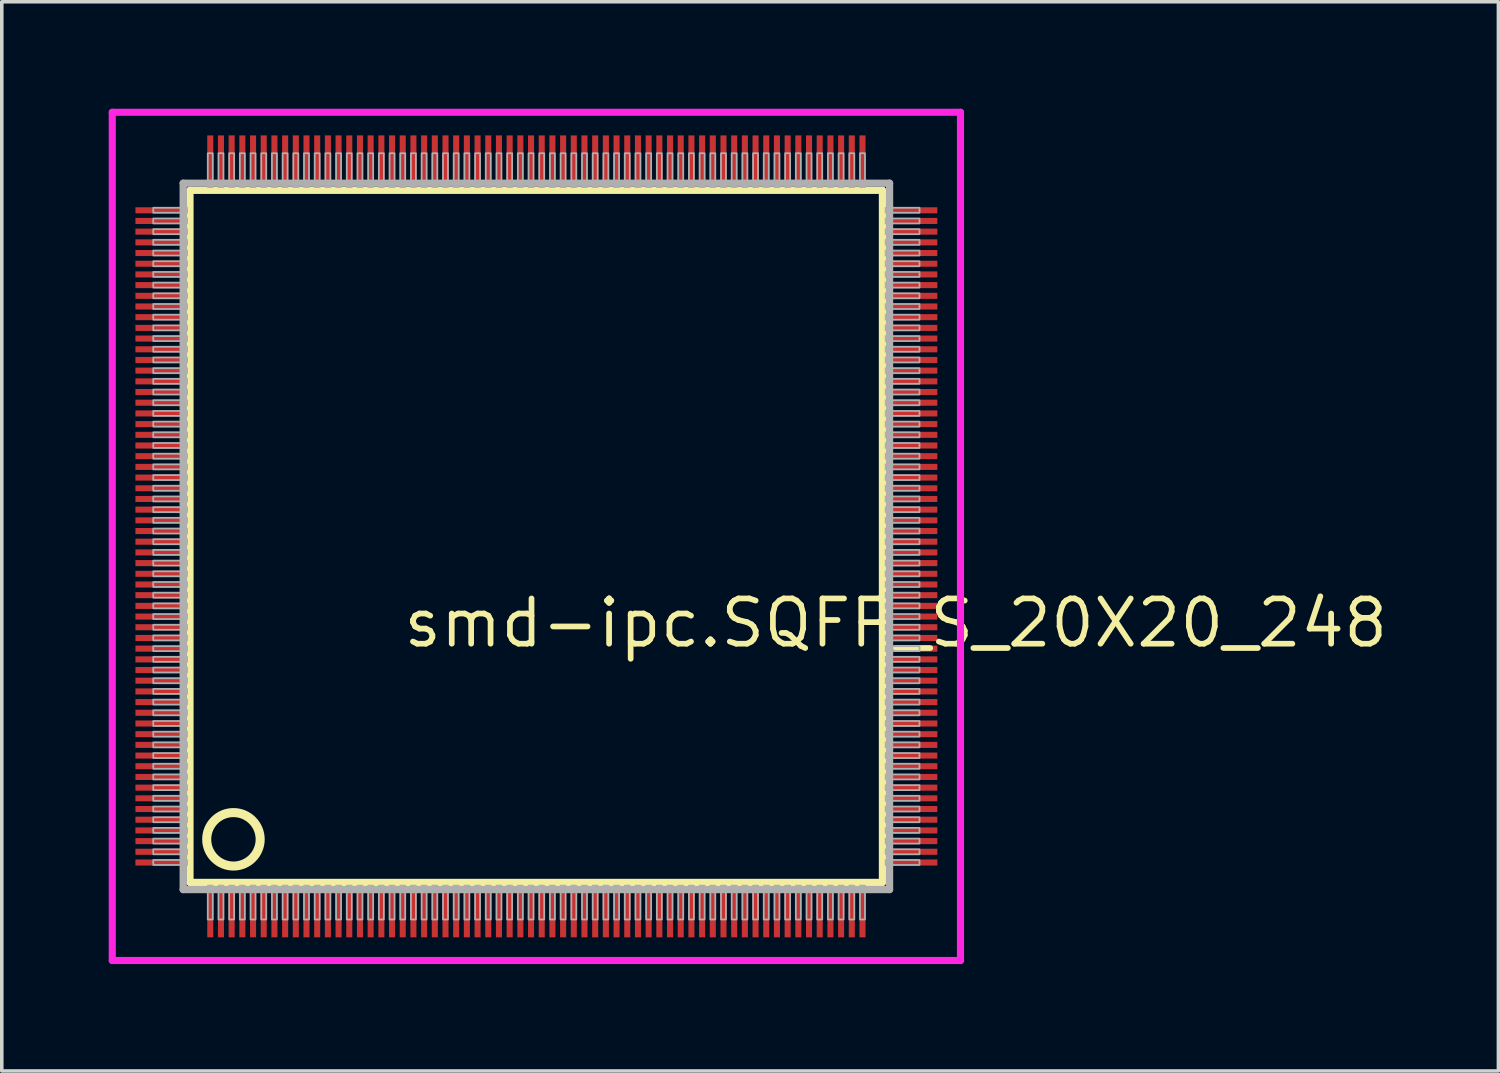
<source format=kicad_pcb>
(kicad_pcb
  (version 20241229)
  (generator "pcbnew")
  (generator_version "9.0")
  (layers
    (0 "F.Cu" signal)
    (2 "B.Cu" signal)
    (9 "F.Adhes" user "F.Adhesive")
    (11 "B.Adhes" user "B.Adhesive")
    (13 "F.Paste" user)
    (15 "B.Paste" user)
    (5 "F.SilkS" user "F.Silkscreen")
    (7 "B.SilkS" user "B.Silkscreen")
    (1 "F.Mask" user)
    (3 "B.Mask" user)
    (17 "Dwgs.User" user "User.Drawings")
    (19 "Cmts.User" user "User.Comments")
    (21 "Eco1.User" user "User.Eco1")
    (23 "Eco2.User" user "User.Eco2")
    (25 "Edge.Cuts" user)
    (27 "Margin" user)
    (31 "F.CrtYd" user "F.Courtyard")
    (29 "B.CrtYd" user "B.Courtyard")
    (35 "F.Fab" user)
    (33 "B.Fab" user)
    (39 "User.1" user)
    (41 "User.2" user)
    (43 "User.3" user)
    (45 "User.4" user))
  (footprint "smd-ipc.SQFP_S_20X20_248"
    (layer "F.Cu")
    (at 12 12)
    (property "Reference" "smd-ipc.SQFP_S_20X20_248" (at -3.81 3.175 0) (layer "F.SilkS") (effects (font (size 1.27 1.27) (thickness 0.16)) (justify left bottom)))
    (attr smd)
    (fp_line (start -9.72 -9.71) (end 9.71 -9.71) (stroke (width 0.203) (type default)) (layer "F.SilkS"))
    (fp_line (start -9.72 9.71) (end -9.72 -9.71) (stroke (width 0.203) (type default)) (layer "F.SilkS"))
    (fp_line (start 9.71 9.71) (end -9.72 9.71) (stroke (width 0.203) (type default)) (layer "F.SilkS"))
    (fp_line (start 9.71 -9.71) (end 9.71 9.71) (stroke (width 0.203) (type default)) (layer "F.SilkS"))
    (fp_circle (center -8.5 8.5) (end -7.75 8.5) (stroke (width 0.254) (type default)) (fill no) (layer "F.SilkS"))
    (fp_line (start -11.9 -11.9) (end 11.9 -11.9) (stroke (width 0.2) (type default)) (layer "F.CrtYd"))
    (fp_line (start -11.9 11.9) (end -11.9 -11.9) (stroke (width 0.2) (type default)) (layer "F.CrtYd"))
    (fp_line (start 11.9 -11.9) (end 11.9 11.9) (stroke (width 0.2) (type default)) (layer "F.CrtYd"))
    (fp_line (start 11.9 11.9) (end -11.9 11.9) (stroke (width 0.2) (type default)) (layer "F.CrtYd"))
    (fp_line (start -9.91 -9.91) (end -9.91 9.91) (stroke (width 0.203) (type default)) (layer "F.Fab"))
    (fp_line (start -9.91 9.91) (end 9.91 9.91) (stroke (width 0.203) (type default)) (layer "F.Fab"))
    (fp_line (start 9.91 -9.91) (end -9.91 -9.91) (stroke (width 0.203) (type default)) (layer "F.Fab"))
    (fp_line (start 9.91 9.91) (end 9.91 -9.91) (stroke (width 0.203) (type default)) (layer "F.Fab"))
    (fp_rect (start -10.75 -9.08) (end -9.8 -9.22) (stroke (width 0.05) (type default)) (fill no) (layer "F.Fab"))
    (fp_rect (start -10.75 -8.78) (end -9.8 -8.92) (stroke (width 0.05) (type default)) (fill no) (layer "F.Fab"))
    (fp_rect (start -10.75 -8.48) (end -9.8 -8.62) (stroke (width 0.05) (type default)) (fill no) (layer "F.Fab"))
    (fp_rect (start -10.75 -8.18) (end -9.8 -8.32) (stroke (width 0.05) (type default)) (fill no) (layer "F.Fab"))
    (fp_rect (start -10.75 -7.88) (end -9.8 -8.02) (stroke (width 0.05) (type default)) (fill no) (layer "F.Fab"))
    (fp_rect (start -10.75 -7.58) (end -9.8 -7.72) (stroke (width 0.05) (type default)) (fill no) (layer "F.Fab"))
    (fp_rect (start -10.75 -7.28) (end -9.8 -7.42) (stroke (width 0.05) (type default)) (fill no) (layer "F.Fab"))
    (fp_rect (start -10.75 -6.98) (end -9.8 -7.12) (stroke (width 0.05) (type default)) (fill no) (layer "F.Fab"))
    (fp_rect (start -10.75 -6.68) (end -9.8 -6.82) (stroke (width 0.05) (type default)) (fill no) (layer "F.Fab"))
    (fp_rect (start -10.75 -6.38) (end -9.8 -6.52) (stroke (width 0.05) (type default)) (fill no) (layer "F.Fab"))
    (fp_rect (start -10.75 -6.08) (end -9.8 -6.22) (stroke (width 0.05) (type default)) (fill no) (layer "F.Fab"))
    (fp_rect (start -10.75 -5.78) (end -9.8 -5.92) (stroke (width 0.05) (type default)) (fill no) (layer "F.Fab"))
    (fp_rect (start -10.75 -5.48) (end -9.8 -5.62) (stroke (width 0.05) (type default)) (fill no) (layer "F.Fab"))
    (fp_rect (start -10.75 -5.18) (end -9.8 -5.32) (stroke (width 0.05) (type default)) (fill no) (layer "F.Fab"))
    (fp_rect (start -10.75 -4.88) (end -9.8 -5.02) (stroke (width 0.05) (type default)) (fill no) (layer "F.Fab"))
    (fp_rect (start -10.75 -4.58) (end -9.8 -4.72) (stroke (width 0.05) (type default)) (fill no) (layer "F.Fab"))
    (fp_rect (start -10.75 -4.28) (end -9.8 -4.42) (stroke (width 0.05) (type default)) (fill no) (layer "F.Fab"))
    (fp_rect (start -10.75 -3.98) (end -9.8 -4.12) (stroke (width 0.05) (type default)) (fill no) (layer "F.Fab"))
    (fp_rect (start -10.75 -3.68) (end -9.8 -3.82) (stroke (width 0.05) (type default)) (fill no) (layer "F.Fab"))
    (fp_rect (start -10.75 -3.38) (end -9.8 -3.52) (stroke (width 0.05) (type default)) (fill no) (layer "F.Fab"))
    (fp_rect (start -10.75 -3.08) (end -9.8 -3.22) (stroke (width 0.05) (type default)) (fill no) (layer "F.Fab"))
    (fp_rect (start -10.75 -2.78) (end -9.8 -2.92) (stroke (width 0.05) (type default)) (fill no) (layer "F.Fab"))
    (fp_rect (start -10.75 -2.48) (end -9.8 -2.62) (stroke (width 0.05) (type default)) (fill no) (layer "F.Fab"))
    (fp_rect (start -10.75 -2.18) (end -9.8 -2.32) (stroke (width 0.05) (type default)) (fill no) (layer "F.Fab"))
    (fp_rect (start -10.75 -1.88) (end -9.8 -2.02) (stroke (width 0.05) (type default)) (fill no) (layer "F.Fab"))
    (fp_rect (start -10.75 -1.58) (end -9.8 -1.72) (stroke (width 0.05) (type default)) (fill no) (layer "F.Fab"))
    (fp_rect (start -10.75 -1.28) (end -9.8 -1.42) (stroke (width 0.05) (type default)) (fill no) (layer "F.Fab"))
    (fp_rect (start -10.75 -0.98) (end -9.8 -1.12) (stroke (width 0.05) (type default)) (fill no) (layer "F.Fab"))
    (fp_rect (start -10.75 -0.68) (end -9.8 -0.82) (stroke (width 0.05) (type default)) (fill no) (layer "F.Fab"))
    (fp_rect (start -10.75 -0.38) (end -9.8 -0.52) (stroke (width 0.05) (type default)) (fill no) (layer "F.Fab"))
    (fp_rect (start -10.75 -0.08) (end -9.8 -0.22) (stroke (width 0.05) (type default)) (fill no) (layer "F.Fab"))
    (fp_rect (start -10.75 0.22) (end -9.8 0.08) (stroke (width 0.05) (type default)) (fill no) (layer "F.Fab"))
    (fp_rect (start -10.75 0.52) (end -9.8 0.38) (stroke (width 0.05) (type default)) (fill no) (layer "F.Fab"))
    (fp_rect (start -10.75 0.82) (end -9.8 0.68) (stroke (width 0.05) (type default)) (fill no) (layer "F.Fab"))
    (fp_rect (start -10.75 1.12) (end -9.8 0.98) (stroke (width 0.05) (type default)) (fill no) (layer "F.Fab"))
    (fp_rect (start -10.75 1.42) (end -9.8 1.28) (stroke (width 0.05) (type default)) (fill no) (layer "F.Fab"))
    (fp_rect (start -10.75 1.72) (end -9.8 1.58) (stroke (width 0.05) (type default)) (fill no) (layer "F.Fab"))
    (fp_rect (start -10.75 2.02) (end -9.8 1.88) (stroke (width 0.05) (type default)) (fill no) (layer "F.Fab"))
    (fp_rect (start -10.75 2.32) (end -9.8 2.18) (stroke (width 0.05) (type default)) (fill no) (layer "F.Fab"))
    (fp_rect (start -10.75 2.62) (end -9.8 2.48) (stroke (width 0.05) (type default)) (fill no) (layer "F.Fab"))
    (fp_rect (start -10.75 2.92) (end -9.8 2.78) (stroke (width 0.05) (type default)) (fill no) (layer "F.Fab"))
    (fp_rect (start -10.75 3.22) (end -9.8 3.08) (stroke (width 0.05) (type default)) (fill no) (layer "F.Fab"))
    (fp_rect (start -10.75 3.52) (end -9.8 3.38) (stroke (width 0.05) (type default)) (fill no) (layer "F.Fab"))
    (fp_rect (start -10.75 3.82) (end -9.8 3.68) (stroke (width 0.05) (type default)) (fill no) (layer "F.Fab"))
    (fp_rect (start -10.75 4.12) (end -9.8 3.98) (stroke (width 0.05) (type default)) (fill no) (layer "F.Fab"))
    (fp_rect (start -10.75 4.42) (end -9.8 4.28) (stroke (width 0.05) (type default)) (fill no) (layer "F.Fab"))
    (fp_rect (start -10.75 4.72) (end -9.8 4.58) (stroke (width 0.05) (type default)) (fill no) (layer "F.Fab"))
    (fp_rect (start -10.75 5.02) (end -9.8 4.88) (stroke (width 0.05) (type default)) (fill no) (layer "F.Fab"))
    (fp_rect (start -10.75 5.32) (end -9.8 5.18) (stroke (width 0.05) (type default)) (fill no) (layer "F.Fab"))
    (fp_rect (start -10.75 5.62) (end -9.8 5.48) (stroke (width 0.05) (type default)) (fill no) (layer "F.Fab"))
    (fp_rect (start -10.75 5.92) (end -9.8 5.78) (stroke (width 0.05) (type default)) (fill no) (layer "F.Fab"))
    (fp_rect (start -10.75 6.22) (end -9.8 6.08) (stroke (width 0.05) (type default)) (fill no) (layer "F.Fab"))
    (fp_rect (start -10.75 6.52) (end -9.8 6.38) (stroke (width 0.05) (type default)) (fill no) (layer "F.Fab"))
    (fp_rect (start -10.75 6.82) (end -9.8 6.68) (stroke (width 0.05) (type default)) (fill no) (layer "F.Fab"))
    (fp_rect (start -10.75 7.12) (end -9.8 6.98) (stroke (width 0.05) (type default)) (fill no) (layer "F.Fab"))
    (fp_rect (start -10.75 7.42) (end -9.8 7.28) (stroke (width 0.05) (type default)) (fill no) (layer "F.Fab"))
    (fp_rect (start -10.75 7.72) (end -9.8 7.58) (stroke (width 0.05) (type default)) (fill no) (layer "F.Fab"))
    (fp_rect (start -10.75 8.02) (end -9.8 7.88) (stroke (width 0.05) (type default)) (fill no) (layer "F.Fab"))
    (fp_rect (start -10.75 8.32) (end -9.8 8.18) (stroke (width 0.05) (type default)) (fill no) (layer "F.Fab"))
    (fp_rect (start -10.75 8.62) (end -9.8 8.48) (stroke (width 0.05) (type default)) (fill no) (layer "F.Fab"))
    (fp_rect (start -10.75 8.92) (end -9.8 8.78) (stroke (width 0.05) (type default)) (fill no) (layer "F.Fab"))
    (fp_rect (start -10.75 9.22) (end -9.8 9.08) (stroke (width 0.05) (type default)) (fill no) (layer "F.Fab"))
    (fp_rect (start -9.22 -9.8) (end -9.08 -10.75) (stroke (width 0.05) (type default)) (fill no) (layer "F.Fab"))
    (fp_rect (start -9.22 10.75) (end -9.08 9.8) (stroke (width 0.05) (type default)) (fill no) (layer "F.Fab"))
    (fp_rect (start -8.92 -9.8) (end -8.78 -10.75) (stroke (width 0.05) (type default)) (fill no) (layer "F.Fab"))
    (fp_rect (start -8.92 10.75) (end -8.78 9.8) (stroke (width 0.05) (type default)) (fill no) (layer "F.Fab"))
    (fp_rect (start -8.62 -9.8) (end -8.48 -10.75) (stroke (width 0.05) (type default)) (fill no) (layer "F.Fab"))
    (fp_rect (start -8.62 10.75) (end -8.48 9.8) (stroke (width 0.05) (type default)) (fill no) (layer "F.Fab"))
    (fp_rect (start -8.32 -9.8) (end -8.18 -10.75) (stroke (width 0.05) (type default)) (fill no) (layer "F.Fab"))
    (fp_rect (start -8.32 10.75) (end -8.18 9.8) (stroke (width 0.05) (type default)) (fill no) (layer "F.Fab"))
    (fp_rect (start -8.02 -9.8) (end -7.88 -10.75) (stroke (width 0.05) (type default)) (fill no) (layer "F.Fab"))
    (fp_rect (start -8.02 10.75) (end -7.88 9.8) (stroke (width 0.05) (type default)) (fill no) (layer "F.Fab"))
    (fp_rect (start -7.72 -9.8) (end -7.58 -10.75) (stroke (width 0.05) (type default)) (fill no) (layer "F.Fab"))
    (fp_rect (start -7.72 10.75) (end -7.58 9.8) (stroke (width 0.05) (type default)) (fill no) (layer "F.Fab"))
    (fp_rect (start -7.42 -9.8) (end -7.28 -10.75) (stroke (width 0.05) (type default)) (fill no) (layer "F.Fab"))
    (fp_rect (start -7.42 10.75) (end -7.28 9.8) (stroke (width 0.05) (type default)) (fill no) (layer "F.Fab"))
    (fp_rect (start -7.12 -9.8) (end -6.98 -10.75) (stroke (width 0.05) (type default)) (fill no) (layer "F.Fab"))
    (fp_rect (start -7.12 10.75) (end -6.98 9.8) (stroke (width 0.05) (type default)) (fill no) (layer "F.Fab"))
    (fp_rect (start -6.82 -9.8) (end -6.68 -10.75) (stroke (width 0.05) (type default)) (fill no) (layer "F.Fab"))
    (fp_rect (start -6.82 10.75) (end -6.68 9.8) (stroke (width 0.05) (type default)) (fill no) (layer "F.Fab"))
    (fp_rect (start -6.52 -9.8) (end -6.38 -10.75) (stroke (width 0.05) (type default)) (fill no) (layer "F.Fab"))
    (fp_rect (start -6.52 10.75) (end -6.38 9.8) (stroke (width 0.05) (type default)) (fill no) (layer "F.Fab"))
    (fp_rect (start -6.22 -9.8) (end -6.08 -10.75) (stroke (width 0.05) (type default)) (fill no) (layer "F.Fab"))
    (fp_rect (start -6.22 10.75) (end -6.08 9.8) (stroke (width 0.05) (type default)) (fill no) (layer "F.Fab"))
    (fp_rect (start -5.92 -9.8) (end -5.78 -10.75) (stroke (width 0.05) (type default)) (fill no) (layer "F.Fab"))
    (fp_rect (start -5.92 10.75) (end -5.78 9.8) (stroke (width 0.05) (type default)) (fill no) (layer "F.Fab"))
    (fp_rect (start -5.62 -9.8) (end -5.48 -10.75) (stroke (width 0.05) (type default)) (fill no) (layer "F.Fab"))
    (fp_rect (start -5.62 10.75) (end -5.48 9.8) (stroke (width 0.05) (type default)) (fill no) (layer "F.Fab"))
    (fp_rect (start -5.32 -9.8) (end -5.18 -10.75) (stroke (width 0.05) (type default)) (fill no) (layer "F.Fab"))
    (fp_rect (start -5.32 10.75) (end -5.18 9.8) (stroke (width 0.05) (type default)) (fill no) (layer "F.Fab"))
    (fp_rect (start -5.02 -9.8) (end -4.88 -10.75) (stroke (width 0.05) (type default)) (fill no) (layer "F.Fab"))
    (fp_rect (start -5.02 10.75) (end -4.88 9.8) (stroke (width 0.05) (type default)) (fill no) (layer "F.Fab"))
    (fp_rect (start -4.72 -9.8) (end -4.58 -10.75) (stroke (width 0.05) (type default)) (fill no) (layer "F.Fab"))
    (fp_rect (start -4.72 10.75) (end -4.58 9.8) (stroke (width 0.05) (type default)) (fill no) (layer "F.Fab"))
    (fp_rect (start -4.42 -9.8) (end -4.28 -10.75) (stroke (width 0.05) (type default)) (fill no) (layer "F.Fab"))
    (fp_rect (start -4.42 10.75) (end -4.28 9.8) (stroke (width 0.05) (type default)) (fill no) (layer "F.Fab"))
    (fp_rect (start -4.12 -9.8) (end -3.98 -10.75) (stroke (width 0.05) (type default)) (fill no) (layer "F.Fab"))
    (fp_rect (start -4.12 10.75) (end -3.98 9.8) (stroke (width 0.05) (type default)) (fill no) (layer "F.Fab"))
    (fp_rect (start -3.82 -9.8) (end -3.68 -10.75) (stroke (width 0.05) (type default)) (fill no) (layer "F.Fab"))
    (fp_rect (start -3.82 10.75) (end -3.68 9.8) (stroke (width 0.05) (type default)) (fill no) (layer "F.Fab"))
    (fp_rect (start -3.52 -9.8) (end -3.38 -10.75) (stroke (width 0.05) (type default)) (fill no) (layer "F.Fab"))
    (fp_rect (start -3.52 10.75) (end -3.38 9.8) (stroke (width 0.05) (type default)) (fill no) (layer "F.Fab"))
    (fp_rect (start -3.22 -9.8) (end -3.08 -10.75) (stroke (width 0.05) (type default)) (fill no) (layer "F.Fab"))
    (fp_rect (start -3.22 10.75) (end -3.08 9.8) (stroke (width 0.05) (type default)) (fill no) (layer "F.Fab"))
    (fp_rect (start -2.92 -9.8) (end -2.78 -10.75) (stroke (width 0.05) (type default)) (fill no) (layer "F.Fab"))
    (fp_rect (start -2.92 10.75) (end -2.78 9.8) (stroke (width 0.05) (type default)) (fill no) (layer "F.Fab"))
    (fp_rect (start -2.62 -9.8) (end -2.48 -10.75) (stroke (width 0.05) (type default)) (fill no) (layer "F.Fab"))
    (fp_rect (start -2.62 10.75) (end -2.48 9.8) (stroke (width 0.05) (type default)) (fill no) (layer "F.Fab"))
    (fp_rect (start -2.32 -9.8) (end -2.18 -10.75) (stroke (width 0.05) (type default)) (fill no) (layer "F.Fab"))
    (fp_rect (start -2.32 10.75) (end -2.18 9.8) (stroke (width 0.05) (type default)) (fill no) (layer "F.Fab"))
    (fp_rect (start -2.02 -9.8) (end -1.88 -10.75) (stroke (width 0.05) (type default)) (fill no) (layer "F.Fab"))
    (fp_rect (start -2.02 10.75) (end -1.88 9.8) (stroke (width 0.05) (type default)) (fill no) (layer "F.Fab"))
    (fp_rect (start -1.72 -9.8) (end -1.58 -10.75) (stroke (width 0.05) (type default)) (fill no) (layer "F.Fab"))
    (fp_rect (start -1.72 10.75) (end -1.58 9.8) (stroke (width 0.05) (type default)) (fill no) (layer "F.Fab"))
    (fp_rect (start -1.42 -9.8) (end -1.28 -10.75) (stroke (width 0.05) (type default)) (fill no) (layer "F.Fab"))
    (fp_rect (start -1.42 10.75) (end -1.28 9.8) (stroke (width 0.05) (type default)) (fill no) (layer "F.Fab"))
    (fp_rect (start -1.12 -9.8) (end -0.98 -10.75) (stroke (width 0.05) (type default)) (fill no) (layer "F.Fab"))
    (fp_rect (start -1.12 10.75) (end -0.98 9.8) (stroke (width 0.05) (type default)) (fill no) (layer "F.Fab"))
    (fp_rect (start -0.82 -9.8) (end -0.68 -10.75) (stroke (width 0.05) (type default)) (fill no) (layer "F.Fab"))
    (fp_rect (start -0.82 10.75) (end -0.68 9.8) (stroke (width 0.05) (type default)) (fill no) (layer "F.Fab"))
    (fp_rect (start -0.52 -9.8) (end -0.38 -10.75) (stroke (width 0.05) (type default)) (fill no) (layer "F.Fab"))
    (fp_rect (start -0.52 10.75) (end -0.38 9.8) (stroke (width 0.05) (type default)) (fill no) (layer "F.Fab"))
    (fp_rect (start -0.22 -9.8) (end -0.08 -10.75) (stroke (width 0.05) (type default)) (fill no) (layer "F.Fab"))
    (fp_rect (start -0.22 10.75) (end -0.08 9.8) (stroke (width 0.05) (type default)) (fill no) (layer "F.Fab"))
    (fp_rect (start 0.08 -9.8) (end 0.22 -10.75) (stroke (width 0.05) (type default)) (fill no) (layer "F.Fab"))
    (fp_rect (start 0.08 10.75) (end 0.22 9.8) (stroke (width 0.05) (type default)) (fill no) (layer "F.Fab"))
    (fp_rect (start 0.38 -9.8) (end 0.52 -10.75) (stroke (width 0.05) (type default)) (fill no) (layer "F.Fab"))
    (fp_rect (start 0.38 10.75) (end 0.52 9.8) (stroke (width 0.05) (type default)) (fill no) (layer "F.Fab"))
    (fp_rect (start 0.68 -9.8) (end 0.82 -10.75) (stroke (width 0.05) (type default)) (fill no) (layer "F.Fab"))
    (fp_rect (start 0.68 10.75) (end 0.82 9.8) (stroke (width 0.05) (type default)) (fill no) (layer "F.Fab"))
    (fp_rect (start 0.98 -9.8) (end 1.12 -10.75) (stroke (width 0.05) (type default)) (fill no) (layer "F.Fab"))
    (fp_rect (start 0.98 10.75) (end 1.12 9.8) (stroke (width 0.05) (type default)) (fill no) (layer "F.Fab"))
    (fp_rect (start 1.28 -9.8) (end 1.42 -10.75) (stroke (width 0.05) (type default)) (fill no) (layer "F.Fab"))
    (fp_rect (start 1.28 10.75) (end 1.42 9.8) (stroke (width 0.05) (type default)) (fill no) (layer "F.Fab"))
    (fp_rect (start 1.58 -9.8) (end 1.72 -10.75) (stroke (width 0.05) (type default)) (fill no) (layer "F.Fab"))
    (fp_rect (start 1.58 10.75) (end 1.72 9.8) (stroke (width 0.05) (type default)) (fill no) (layer "F.Fab"))
    (fp_rect (start 1.88 -9.8) (end 2.02 -10.75) (stroke (width 0.05) (type default)) (fill no) (layer "F.Fab"))
    (fp_rect (start 1.88 10.75) (end 2.02 9.8) (stroke (width 0.05) (type default)) (fill no) (layer "F.Fab"))
    (fp_rect (start 2.18 -9.8) (end 2.32 -10.75) (stroke (width 0.05) (type default)) (fill no) (layer "F.Fab"))
    (fp_rect (start 2.18 10.75) (end 2.32 9.8) (stroke (width 0.05) (type default)) (fill no) (layer "F.Fab"))
    (fp_rect (start 2.48 -9.8) (end 2.62 -10.75) (stroke (width 0.05) (type default)) (fill no) (layer "F.Fab"))
    (fp_rect (start 2.48 10.75) (end 2.62 9.8) (stroke (width 0.05) (type default)) (fill no) (layer "F.Fab"))
    (fp_rect (start 2.78 -9.8) (end 2.92 -10.75) (stroke (width 0.05) (type default)) (fill no) (layer "F.Fab"))
    (fp_rect (start 2.78 10.75) (end 2.92 9.8) (stroke (width 0.05) (type default)) (fill no) (layer "F.Fab"))
    (fp_rect (start 3.08 -9.8) (end 3.22 -10.75) (stroke (width 0.05) (type default)) (fill no) (layer "F.Fab"))
    (fp_rect (start 3.08 10.75) (end 3.22 9.8) (stroke (width 0.05) (type default)) (fill no) (layer "F.Fab"))
    (fp_rect (start 3.38 -9.8) (end 3.52 -10.75) (stroke (width 0.05) (type default)) (fill no) (layer "F.Fab"))
    (fp_rect (start 3.38 10.75) (end 3.52 9.8) (stroke (width 0.05) (type default)) (fill no) (layer "F.Fab"))
    (fp_rect (start 3.68 -9.8) (end 3.82 -10.75) (stroke (width 0.05) (type default)) (fill no) (layer "F.Fab"))
    (fp_rect (start 3.68 10.75) (end 3.82 9.8) (stroke (width 0.05) (type default)) (fill no) (layer "F.Fab"))
    (fp_rect (start 3.98 -9.8) (end 4.12 -10.75) (stroke (width 0.05) (type default)) (fill no) (layer "F.Fab"))
    (fp_rect (start 3.98 10.75) (end 4.12 9.8) (stroke (width 0.05) (type default)) (fill no) (layer "F.Fab"))
    (fp_rect (start 4.28 -9.8) (end 4.42 -10.75) (stroke (width 0.05) (type default)) (fill no) (layer "F.Fab"))
    (fp_rect (start 4.28 10.75) (end 4.42 9.8) (stroke (width 0.05) (type default)) (fill no) (layer "F.Fab"))
    (fp_rect (start 4.58 -9.8) (end 4.72 -10.75) (stroke (width 0.05) (type default)) (fill no) (layer "F.Fab"))
    (fp_rect (start 4.58 10.75) (end 4.72 9.8) (stroke (width 0.05) (type default)) (fill no) (layer "F.Fab"))
    (fp_rect (start 4.88 -9.8) (end 5.02 -10.75) (stroke (width 0.05) (type default)) (fill no) (layer "F.Fab"))
    (fp_rect (start 4.88 10.75) (end 5.02 9.8) (stroke (width 0.05) (type default)) (fill no) (layer "F.Fab"))
    (fp_rect (start 5.18 -9.8) (end 5.32 -10.75) (stroke (width 0.05) (type default)) (fill no) (layer "F.Fab"))
    (fp_rect (start 5.18 10.75) (end 5.32 9.8) (stroke (width 0.05) (type default)) (fill no) (layer "F.Fab"))
    (fp_rect (start 5.48 -9.8) (end 5.62 -10.75) (stroke (width 0.05) (type default)) (fill no) (layer "F.Fab"))
    (fp_rect (start 5.48 10.75) (end 5.62 9.8) (stroke (width 0.05) (type default)) (fill no) (layer "F.Fab"))
    (fp_rect (start 5.78 -9.8) (end 5.92 -10.75) (stroke (width 0.05) (type default)) (fill no) (layer "F.Fab"))
    (fp_rect (start 5.78 10.75) (end 5.92 9.8) (stroke (width 0.05) (type default)) (fill no) (layer "F.Fab"))
    (fp_rect (start 6.08 -9.8) (end 6.22 -10.75) (stroke (width 0.05) (type default)) (fill no) (layer "F.Fab"))
    (fp_rect (start 6.08 10.75) (end 6.22 9.8) (stroke (width 0.05) (type default)) (fill no) (layer "F.Fab"))
    (fp_rect (start 6.38 -9.8) (end 6.52 -10.75) (stroke (width 0.05) (type default)) (fill no) (layer "F.Fab"))
    (fp_rect (start 6.38 10.75) (end 6.52 9.8) (stroke (width 0.05) (type default)) (fill no) (layer "F.Fab"))
    (fp_rect (start 6.68 -9.8) (end 6.82 -10.75) (stroke (width 0.05) (type default)) (fill no) (layer "F.Fab"))
    (fp_rect (start 6.68 10.75) (end 6.82 9.8) (stroke (width 0.05) (type default)) (fill no) (layer "F.Fab"))
    (fp_rect (start 6.98 -9.8) (end 7.12 -10.75) (stroke (width 0.05) (type default)) (fill no) (layer "F.Fab"))
    (fp_rect (start 6.98 10.75) (end 7.12 9.8) (stroke (width 0.05) (type default)) (fill no) (layer "F.Fab"))
    (fp_rect (start 7.28 -9.8) (end 7.42 -10.75) (stroke (width 0.05) (type default)) (fill no) (layer "F.Fab"))
    (fp_rect (start 7.28 10.75) (end 7.42 9.8) (stroke (width 0.05) (type default)) (fill no) (layer "F.Fab"))
    (fp_rect (start 7.58 -9.8) (end 7.72 -10.75) (stroke (width 0.05) (type default)) (fill no) (layer "F.Fab"))
    (fp_rect (start 7.58 10.75) (end 7.72 9.8) (stroke (width 0.05) (type default)) (fill no) (layer "F.Fab"))
    (fp_rect (start 7.88 -9.8) (end 8.02 -10.75) (stroke (width 0.05) (type default)) (fill no) (layer "F.Fab"))
    (fp_rect (start 7.88 10.75) (end 8.02 9.8) (stroke (width 0.05) (type default)) (fill no) (layer "F.Fab"))
    (fp_rect (start 8.18 -9.8) (end 8.32 -10.75) (stroke (width 0.05) (type default)) (fill no) (layer "F.Fab"))
    (fp_rect (start 8.18 10.75) (end 8.32 9.8) (stroke (width 0.05) (type default)) (fill no) (layer "F.Fab"))
    (fp_rect (start 8.48 -9.8) (end 8.62 -10.75) (stroke (width 0.05) (type default)) (fill no) (layer "F.Fab"))
    (fp_rect (start 8.48 10.75) (end 8.62 9.8) (stroke (width 0.05) (type default)) (fill no) (layer "F.Fab"))
    (fp_rect (start 8.78 -9.8) (end 8.92 -10.75) (stroke (width 0.05) (type default)) (fill no) (layer "F.Fab"))
    (fp_rect (start 8.78 10.75) (end 8.92 9.8) (stroke (width 0.05) (type default)) (fill no) (layer "F.Fab"))
    (fp_rect (start 9.08 -9.8) (end 9.22 -10.75) (stroke (width 0.05) (type default)) (fill no) (layer "F.Fab"))
    (fp_rect (start 9.08 10.75) (end 9.22 9.8) (stroke (width 0.05) (type default)) (fill no) (layer "F.Fab"))
    (fp_rect (start 9.8 -9.08) (end 10.75 -9.22) (stroke (width 0.05) (type default)) (fill no) (layer "F.Fab"))
    (fp_rect (start 9.8 -8.78) (end 10.75 -8.92) (stroke (width 0.05) (type default)) (fill no) (layer "F.Fab"))
    (fp_rect (start 9.8 -8.48) (end 10.75 -8.62) (stroke (width 0.05) (type default)) (fill no) (layer "F.Fab"))
    (fp_rect (start 9.8 -8.18) (end 10.75 -8.32) (stroke (width 0.05) (type default)) (fill no) (layer "F.Fab"))
    (fp_rect (start 9.8 -7.88) (end 10.75 -8.02) (stroke (width 0.05) (type default)) (fill no) (layer "F.Fab"))
    (fp_rect (start 9.8 -7.58) (end 10.75 -7.72) (stroke (width 0.05) (type default)) (fill no) (layer "F.Fab"))
    (fp_rect (start 9.8 -7.28) (end 10.75 -7.42) (stroke (width 0.05) (type default)) (fill no) (layer "F.Fab"))
    (fp_rect (start 9.8 -6.98) (end 10.75 -7.12) (stroke (width 0.05) (type default)) (fill no) (layer "F.Fab"))
    (fp_rect (start 9.8 -6.68) (end 10.75 -6.82) (stroke (width 0.05) (type default)) (fill no) (layer "F.Fab"))
    (fp_rect (start 9.8 -6.38) (end 10.75 -6.52) (stroke (width 0.05) (type default)) (fill no) (layer "F.Fab"))
    (fp_rect (start 9.8 -6.08) (end 10.75 -6.22) (stroke (width 0.05) (type default)) (fill no) (layer "F.Fab"))
    (fp_rect (start 9.8 -5.78) (end 10.75 -5.92) (stroke (width 0.05) (type default)) (fill no) (layer "F.Fab"))
    (fp_rect (start 9.8 -5.48) (end 10.75 -5.62) (stroke (width 0.05) (type default)) (fill no) (layer "F.Fab"))
    (fp_rect (start 9.8 -5.18) (end 10.75 -5.32) (stroke (width 0.05) (type default)) (fill no) (layer "F.Fab"))
    (fp_rect (start 9.8 -4.88) (end 10.75 -5.02) (stroke (width 0.05) (type default)) (fill no) (layer "F.Fab"))
    (fp_rect (start 9.8 -4.58) (end 10.75 -4.72) (stroke (width 0.05) (type default)) (fill no) (layer "F.Fab"))
    (fp_rect (start 9.8 -4.28) (end 10.75 -4.42) (stroke (width 0.05) (type default)) (fill no) (layer "F.Fab"))
    (fp_rect (start 9.8 -3.98) (end 10.75 -4.12) (stroke (width 0.05) (type default)) (fill no) (layer "F.Fab"))
    (fp_rect (start 9.8 -3.68) (end 10.75 -3.82) (stroke (width 0.05) (type default)) (fill no) (layer "F.Fab"))
    (fp_rect (start 9.8 -3.38) (end 10.75 -3.52) (stroke (width 0.05) (type default)) (fill no) (layer "F.Fab"))
    (fp_rect (start 9.8 -3.08) (end 10.75 -3.22) (stroke (width 0.05) (type default)) (fill no) (layer "F.Fab"))
    (fp_rect (start 9.8 -2.78) (end 10.75 -2.92) (stroke (width 0.05) (type default)) (fill no) (layer "F.Fab"))
    (fp_rect (start 9.8 -2.48) (end 10.75 -2.62) (stroke (width 0.05) (type default)) (fill no) (layer "F.Fab"))
    (fp_rect (start 9.8 -2.18) (end 10.75 -2.32) (stroke (width 0.05) (type default)) (fill no) (layer "F.Fab"))
    (fp_rect (start 9.8 -1.88) (end 10.75 -2.02) (stroke (width 0.05) (type default)) (fill no) (layer "F.Fab"))
    (fp_rect (start 9.8 -1.58) (end 10.75 -1.72) (stroke (width 0.05) (type default)) (fill no) (layer "F.Fab"))
    (fp_rect (start 9.8 -1.28) (end 10.75 -1.42) (stroke (width 0.05) (type default)) (fill no) (layer "F.Fab"))
    (fp_rect (start 9.8 -0.98) (end 10.75 -1.12) (stroke (width 0.05) (type default)) (fill no) (layer "F.Fab"))
    (fp_rect (start 9.8 -0.68) (end 10.75 -0.82) (stroke (width 0.05) (type default)) (fill no) (layer "F.Fab"))
    (fp_rect (start 9.8 -0.38) (end 10.75 -0.52) (stroke (width 0.05) (type default)) (fill no) (layer "F.Fab"))
    (fp_rect (start 9.8 -0.08) (end 10.75 -0.22) (stroke (width 0.05) (type default)) (fill no) (layer "F.Fab"))
    (fp_rect (start 9.8 0.22) (end 10.75 0.08) (stroke (width 0.05) (type default)) (fill no) (layer "F.Fab"))
    (fp_rect (start 9.8 0.52) (end 10.75 0.38) (stroke (width 0.05) (type default)) (fill no) (layer "F.Fab"))
    (fp_rect (start 9.8 0.82) (end 10.75 0.68) (stroke (width 0.05) (type default)) (fill no) (layer "F.Fab"))
    (fp_rect (start 9.8 1.12) (end 10.75 0.98) (stroke (width 0.05) (type default)) (fill no) (layer "F.Fab"))
    (fp_rect (start 9.8 1.42) (end 10.75 1.28) (stroke (width 0.05) (type default)) (fill no) (layer "F.Fab"))
    (fp_rect (start 9.8 1.72) (end 10.75 1.58) (stroke (width 0.05) (type default)) (fill no) (layer "F.Fab"))
    (fp_rect (start 9.8 2.02) (end 10.75 1.88) (stroke (width 0.05) (type default)) (fill no) (layer "F.Fab"))
    (fp_rect (start 9.8 2.32) (end 10.75 2.18) (stroke (width 0.05) (type default)) (fill no) (layer "F.Fab"))
    (fp_rect (start 9.8 2.62) (end 10.75 2.48) (stroke (width 0.05) (type default)) (fill no) (layer "F.Fab"))
    (fp_rect (start 9.8 2.92) (end 10.75 2.78) (stroke (width 0.05) (type default)) (fill no) (layer "F.Fab"))
    (fp_rect (start 9.8 3.22) (end 10.75 3.08) (stroke (width 0.05) (type default)) (fill no) (layer "F.Fab"))
    (fp_rect (start 9.8 3.52) (end 10.75 3.38) (stroke (width 0.05) (type default)) (fill no) (layer "F.Fab"))
    (fp_rect (start 9.8 3.82) (end 10.75 3.68) (stroke (width 0.05) (type default)) (fill no) (layer "F.Fab"))
    (fp_rect (start 9.8 4.12) (end 10.75 3.98) (stroke (width 0.05) (type default)) (fill no) (layer "F.Fab"))
    (fp_rect (start 9.8 4.42) (end 10.75 4.28) (stroke (width 0.05) (type default)) (fill no) (layer "F.Fab"))
    (fp_rect (start 9.8 4.72) (end 10.75 4.58) (stroke (width 0.05) (type default)) (fill no) (layer "F.Fab"))
    (fp_rect (start 9.8 5.02) (end 10.75 4.88) (stroke (width 0.05) (type default)) (fill no) (layer "F.Fab"))
    (fp_rect (start 9.8 5.32) (end 10.75 5.18) (stroke (width 0.05) (type default)) (fill no) (layer "F.Fab"))
    (fp_rect (start 9.8 5.62) (end 10.75 5.48) (stroke (width 0.05) (type default)) (fill no) (layer "F.Fab"))
    (fp_rect (start 9.8 5.92) (end 10.75 5.78) (stroke (width 0.05) (type default)) (fill no) (layer "F.Fab"))
    (fp_rect (start 9.8 6.22) (end 10.75 6.08) (stroke (width 0.05) (type default)) (fill no) (layer "F.Fab"))
    (fp_rect (start 9.8 6.52) (end 10.75 6.38) (stroke (width 0.05) (type default)) (fill no) (layer "F.Fab"))
    (fp_rect (start 9.8 6.82) (end 10.75 6.68) (stroke (width 0.05) (type default)) (fill no) (layer "F.Fab"))
    (fp_rect (start 9.8 7.12) (end 10.75 6.98) (stroke (width 0.05) (type default)) (fill no) (layer "F.Fab"))
    (fp_rect (start 9.8 7.42) (end 10.75 7.28) (stroke (width 0.05) (type default)) (fill no) (layer "F.Fab"))
    (fp_rect (start 9.8 7.72) (end 10.75 7.58) (stroke (width 0.05) (type default)) (fill no) (layer "F.Fab"))
    (fp_rect (start 9.8 8.02) (end 10.75 7.88) (stroke (width 0.05) (type default)) (fill no) (layer "F.Fab"))
    (fp_rect (start 9.8 8.32) (end 10.75 8.18) (stroke (width 0.05) (type default)) (fill no) (layer "F.Fab"))
    (fp_rect (start 9.8 8.62) (end 10.75 8.48) (stroke (width 0.05) (type default)) (fill no) (layer "F.Fab"))
    (fp_rect (start 9.8 8.92) (end 10.75 8.78) (stroke (width 0.05) (type default)) (fill no) (layer "F.Fab"))
    (fp_rect (start 9.8 9.22) (end 10.75 9.08) (stroke (width 0.05) (type default)) (fill no) (layer "F.Fab"))
    (pad "1" smd roundrect (at -9.15 10.45) (size 0.17 1.6) (layers "F.Cu" "F.Mask" "F.Paste") (roundrect_rratio 0.01))
    (pad "2" smd roundrect (at -8.85 10.45) (size 0.17 1.6) (layers "F.Cu" "F.Mask" "F.Paste") (roundrect_rratio 0.01))
    (pad "3" smd roundrect (at -8.55 10.45) (size 0.17 1.6) (layers "F.Cu" "F.Mask" "F.Paste") (roundrect_rratio 0.01))
    (pad "4" smd roundrect (at -8.25 10.45) (size 0.17 1.6) (layers "F.Cu" "F.Mask" "F.Paste") (roundrect_rratio 0.01))
    (pad "5" smd roundrect (at -7.95 10.45) (size 0.17 1.6) (layers "F.Cu" "F.Mask" "F.Paste") (roundrect_rratio 0.01))
    (pad "6" smd roundrect (at -7.65 10.45) (size 0.17 1.6) (layers "F.Cu" "F.Mask" "F.Paste") (roundrect_rratio 0.01))
    (pad "7" smd roundrect (at -7.35 10.45) (size 0.17 1.6) (layers "F.Cu" "F.Mask" "F.Paste") (roundrect_rratio 0.01))
    (pad "8" smd roundrect (at -7.05 10.45) (size 0.17 1.6) (layers "F.Cu" "F.Mask" "F.Paste") (roundrect_rratio 0.01))
    (pad "9" smd roundrect (at -6.75 10.45) (size 0.17 1.6) (layers "F.Cu" "F.Mask" "F.Paste") (roundrect_rratio 0.01))
    (pad "10" smd roundrect (at -6.45 10.45) (size 0.17 1.6) (layers "F.Cu" "F.Mask" "F.Paste") (roundrect_rratio 0.01))
    (pad "11" smd roundrect (at -6.15 10.45) (size 0.17 1.6) (layers "F.Cu" "F.Mask" "F.Paste") (roundrect_rratio 0.01))
    (pad "12" smd roundrect (at -5.85 10.45) (size 0.17 1.6) (layers "F.Cu" "F.Mask" "F.Paste") (roundrect_rratio 0.01))
    (pad "13" smd roundrect (at -5.55 10.45) (size 0.17 1.6) (layers "F.Cu" "F.Mask" "F.Paste") (roundrect_rratio 0.01))
    (pad "14" smd roundrect (at -5.25 10.45) (size 0.17 1.6) (layers "F.Cu" "F.Mask" "F.Paste") (roundrect_rratio 0.01))
    (pad "15" smd roundrect (at -4.95 10.45) (size 0.17 1.6) (layers "F.Cu" "F.Mask" "F.Paste") (roundrect_rratio 0.01))
    (pad "16" smd roundrect (at -4.65 10.45) (size 0.17 1.6) (layers "F.Cu" "F.Mask" "F.Paste") (roundrect_rratio 0.01))
    (pad "17" smd roundrect (at -4.35 10.45) (size 0.17 1.6) (layers "F.Cu" "F.Mask" "F.Paste") (roundrect_rratio 0.01))
    (pad "18" smd roundrect (at -4.05 10.45) (size 0.17 1.6) (layers "F.Cu" "F.Mask" "F.Paste") (roundrect_rratio 0.01))
    (pad "19" smd roundrect (at -3.75 10.45) (size 0.17 1.6) (layers "F.Cu" "F.Mask" "F.Paste") (roundrect_rratio 0.01))
    (pad "20" smd roundrect (at -3.45 10.45) (size 0.17 1.6) (layers "F.Cu" "F.Mask" "F.Paste") (roundrect_rratio 0.01))
    (pad "21" smd roundrect (at -3.15 10.45) (size 0.17 1.6) (layers "F.Cu" "F.Mask" "F.Paste") (roundrect_rratio 0.01))
    (pad "22" smd roundrect (at -2.85 10.45) (size 0.17 1.6) (layers "F.Cu" "F.Mask" "F.Paste") (roundrect_rratio 0.01))
    (pad "23" smd roundrect (at -2.55 10.45) (size 0.17 1.6) (layers "F.Cu" "F.Mask" "F.Paste") (roundrect_rratio 0.01))
    (pad "24" smd roundrect (at -2.25 10.45) (size 0.17 1.6) (layers "F.Cu" "F.Mask" "F.Paste") (roundrect_rratio 0.01))
    (pad "25" smd roundrect (at -1.95 10.45) (size 0.17 1.6) (layers "F.Cu" "F.Mask" "F.Paste") (roundrect_rratio 0.01))
    (pad "26" smd roundrect (at -1.65 10.45) (size 0.17 1.6) (layers "F.Cu" "F.Mask" "F.Paste") (roundrect_rratio 0.01))
    (pad "27" smd roundrect (at -1.35 10.45) (size 0.17 1.6) (layers "F.Cu" "F.Mask" "F.Paste") (roundrect_rratio 0.01))
    (pad "28" smd roundrect (at -1.05 10.45) (size 0.17 1.6) (layers "F.Cu" "F.Mask" "F.Paste") (roundrect_rratio 0.01))
    (pad "29" smd roundrect (at -0.75 10.45) (size 0.17 1.6) (layers "F.Cu" "F.Mask" "F.Paste") (roundrect_rratio 0.01))
    (pad "30" smd roundrect (at -0.45 10.45) (size 0.17 1.6) (layers "F.Cu" "F.Mask" "F.Paste") (roundrect_rratio 0.01))
    (pad "31" smd roundrect (at -0.15 10.45) (size 0.17 1.6) (layers "F.Cu" "F.Mask" "F.Paste") (roundrect_rratio 0.01))
    (pad "32" smd roundrect (at 0.15 10.45) (size 0.17 1.6) (layers "F.Cu" "F.Mask" "F.Paste") (roundrect_rratio 0.01))
    (pad "33" smd roundrect (at 0.45 10.45) (size 0.17 1.6) (layers "F.Cu" "F.Mask" "F.Paste") (roundrect_rratio 0.01))
    (pad "34" smd roundrect (at 0.75 10.45) (size 0.17 1.6) (layers "F.Cu" "F.Mask" "F.Paste") (roundrect_rratio 0.01))
    (pad "35" smd roundrect (at 1.05 10.45) (size 0.17 1.6) (layers "F.Cu" "F.Mask" "F.Paste") (roundrect_rratio 0.01))
    (pad "36" smd roundrect (at 1.35 10.45) (size 0.17 1.6) (layers "F.Cu" "F.Mask" "F.Paste") (roundrect_rratio 0.01))
    (pad "37" smd roundrect (at 1.65 10.45) (size 0.17 1.6) (layers "F.Cu" "F.Mask" "F.Paste") (roundrect_rratio 0.01))
    (pad "38" smd roundrect (at 1.95 10.45) (size 0.17 1.6) (layers "F.Cu" "F.Mask" "F.Paste") (roundrect_rratio 0.01))
    (pad "39" smd roundrect (at 2.25 10.45) (size 0.17 1.6) (layers "F.Cu" "F.Mask" "F.Paste") (roundrect_rratio 0.01))
    (pad "40" smd roundrect (at 2.55 10.45) (size 0.17 1.6) (layers "F.Cu" "F.Mask" "F.Paste") (roundrect_rratio 0.01))
    (pad "41" smd roundrect (at 2.85 10.45) (size 0.17 1.6) (layers "F.Cu" "F.Mask" "F.Paste") (roundrect_rratio 0.01))
    (pad "42" smd roundrect (at 3.15 10.45) (size 0.17 1.6) (layers "F.Cu" "F.Mask" "F.Paste") (roundrect_rratio 0.01))
    (pad "43" smd roundrect (at 3.45 10.45) (size 0.17 1.6) (layers "F.Cu" "F.Mask" "F.Paste") (roundrect_rratio 0.01))
    (pad "44" smd roundrect (at 3.75 10.45) (size 0.17 1.6) (layers "F.Cu" "F.Mask" "F.Paste") (roundrect_rratio 0.01))
    (pad "45" smd roundrect (at 4.05 10.45) (size 0.17 1.6) (layers "F.Cu" "F.Mask" "F.Paste") (roundrect_rratio 0.01))
    (pad "46" smd roundrect (at 4.35 10.45) (size 0.17 1.6) (layers "F.Cu" "F.Mask" "F.Paste") (roundrect_rratio 0.01))
    (pad "47" smd roundrect (at 4.65 10.45) (size 0.17 1.6) (layers "F.Cu" "F.Mask" "F.Paste") (roundrect_rratio 0.01))
    (pad "48" smd roundrect (at 4.95 10.45) (size 0.17 1.6) (layers "F.Cu" "F.Mask" "F.Paste") (roundrect_rratio 0.01))
    (pad "49" smd roundrect (at 5.25 10.45) (size 0.17 1.6) (layers "F.Cu" "F.Mask" "F.Paste") (roundrect_rratio 0.01))
    (pad "50" smd roundrect (at 5.55 10.45) (size 0.17 1.6) (layers "F.Cu" "F.Mask" "F.Paste") (roundrect_rratio 0.01))
    (pad "51" smd roundrect (at 5.85 10.45) (size 0.17 1.6) (layers "F.Cu" "F.Mask" "F.Paste") (roundrect_rratio 0.01))
    (pad "52" smd roundrect (at 6.15 10.45) (size 0.17 1.6) (layers "F.Cu" "F.Mask" "F.Paste") (roundrect_rratio 0.01))
    (pad "53" smd roundrect (at 6.45 10.45) (size 0.17 1.6) (layers "F.Cu" "F.Mask" "F.Paste") (roundrect_rratio 0.01))
    (pad "54" smd roundrect (at 6.75 10.45) (size 0.17 1.6) (layers "F.Cu" "F.Mask" "F.Paste") (roundrect_rratio 0.01))
    (pad "55" smd roundrect (at 7.05 10.45) (size 0.17 1.6) (layers "F.Cu" "F.Mask" "F.Paste") (roundrect_rratio 0.01))
    (pad "56" smd roundrect (at 7.35 10.45) (size 0.17 1.6) (layers "F.Cu" "F.Mask" "F.Paste") (roundrect_rratio 0.01))
    (pad "57" smd roundrect (at 7.65 10.45) (size 0.17 1.6) (layers "F.Cu" "F.Mask" "F.Paste") (roundrect_rratio 0.01))
    (pad "58" smd roundrect (at 7.95 10.45) (size 0.17 1.6) (layers "F.Cu" "F.Mask" "F.Paste") (roundrect_rratio 0.01))
    (pad "59" smd roundrect (at 8.25 10.45) (size 0.17 1.6) (layers "F.Cu" "F.Mask" "F.Paste") (roundrect_rratio 0.01))
    (pad "60" smd roundrect (at 8.55 10.45) (size 0.17 1.6) (layers "F.Cu" "F.Mask" "F.Paste") (roundrect_rratio 0.01))
    (pad "61" smd roundrect (at 8.85 10.45) (size 0.17 1.6) (layers "F.Cu" "F.Mask" "F.Paste") (roundrect_rratio 0.01))
    (pad "62" smd roundrect (at 9.15 10.45) (size 0.17 1.6) (layers "F.Cu" "F.Mask" "F.Paste") (roundrect_rratio 0.01))
    (pad "63" smd roundrect (at 10.45 9.15) (size 1.6 0.17) (layers "F.Cu" "F.Mask" "F.Paste") (roundrect_rratio 0.01))
    (pad "64" smd roundrect (at 10.45 8.85) (size 1.6 0.17) (layers "F.Cu" "F.Mask" "F.Paste") (roundrect_rratio 0.01))
    (pad "65" smd roundrect (at 10.45 8.55) (size 1.6 0.17) (layers "F.Cu" "F.Mask" "F.Paste") (roundrect_rratio 0.01))
    (pad "66" smd roundrect (at 10.45 8.25) (size 1.6 0.17) (layers "F.Cu" "F.Mask" "F.Paste") (roundrect_rratio 0.01))
    (pad "67" smd roundrect (at 10.45 7.95) (size 1.6 0.17) (layers "F.Cu" "F.Mask" "F.Paste") (roundrect_rratio 0.01))
    (pad "68" smd roundrect (at 10.45 7.65) (size 1.6 0.17) (layers "F.Cu" "F.Mask" "F.Paste") (roundrect_rratio 0.01))
    (pad "69" smd roundrect (at 10.45 7.35) (size 1.6 0.17) (layers "F.Cu" "F.Mask" "F.Paste") (roundrect_rratio 0.01))
    (pad "70" smd roundrect (at 10.45 7.05) (size 1.6 0.17) (layers "F.Cu" "F.Mask" "F.Paste") (roundrect_rratio 0.01))
    (pad "71" smd roundrect (at 10.45 6.75) (size 1.6 0.17) (layers "F.Cu" "F.Mask" "F.Paste") (roundrect_rratio 0.01))
    (pad "72" smd roundrect (at 10.45 6.45) (size 1.6 0.17) (layers "F.Cu" "F.Mask" "F.Paste") (roundrect_rratio 0.01))
    (pad "73" smd roundrect (at 10.45 6.15) (size 1.6 0.17) (layers "F.Cu" "F.Mask" "F.Paste") (roundrect_rratio 0.01))
    (pad "74" smd roundrect (at 10.45 5.85) (size 1.6 0.17) (layers "F.Cu" "F.Mask" "F.Paste") (roundrect_rratio 0.01))
    (pad "75" smd roundrect (at 10.45 5.55) (size 1.6 0.17) (layers "F.Cu" "F.Mask" "F.Paste") (roundrect_rratio 0.01))
    (pad "76" smd roundrect (at 10.45 5.25) (size 1.6 0.17) (layers "F.Cu" "F.Mask" "F.Paste") (roundrect_rratio 0.01))
    (pad "77" smd roundrect (at 10.45 4.95) (size 1.6 0.17) (layers "F.Cu" "F.Mask" "F.Paste") (roundrect_rratio 0.01))
    (pad "78" smd roundrect (at 10.45 4.65) (size 1.6 0.17) (layers "F.Cu" "F.Mask" "F.Paste") (roundrect_rratio 0.01))
    (pad "79" smd roundrect (at 10.45 4.35) (size 1.6 0.17) (layers "F.Cu" "F.Mask" "F.Paste") (roundrect_rratio 0.01))
    (pad "80" smd roundrect (at 10.45 4.05) (size 1.6 0.17) (layers "F.Cu" "F.Mask" "F.Paste") (roundrect_rratio 0.01))
    (pad "81" smd roundrect (at 10.45 3.75) (size 1.6 0.17) (layers "F.Cu" "F.Mask" "F.Paste") (roundrect_rratio 0.01))
    (pad "82" smd roundrect (at 10.45 3.45) (size 1.6 0.17) (layers "F.Cu" "F.Mask" "F.Paste") (roundrect_rratio 0.01))
    (pad "83" smd roundrect (at 10.45 3.15) (size 1.6 0.17) (layers "F.Cu" "F.Mask" "F.Paste") (roundrect_rratio 0.01))
    (pad "84" smd roundrect (at 10.45 2.85) (size 1.6 0.17) (layers "F.Cu" "F.Mask" "F.Paste") (roundrect_rratio 0.01))
    (pad "85" smd roundrect (at 10.45 2.55) (size 1.6 0.17) (layers "F.Cu" "F.Mask" "F.Paste") (roundrect_rratio 0.01))
    (pad "86" smd roundrect (at 10.45 2.25) (size 1.6 0.17) (layers "F.Cu" "F.Mask" "F.Paste") (roundrect_rratio 0.01))
    (pad "87" smd roundrect (at 10.45 1.95) (size 1.6 0.17) (layers "F.Cu" "F.Mask" "F.Paste") (roundrect_rratio 0.01))
    (pad "88" smd roundrect (at 10.45 1.65) (size 1.6 0.17) (layers "F.Cu" "F.Mask" "F.Paste") (roundrect_rratio 0.01))
    (pad "89" smd roundrect (at 10.45 1.35) (size 1.6 0.17) (layers "F.Cu" "F.Mask" "F.Paste") (roundrect_rratio 0.01))
    (pad "90" smd roundrect (at 10.45 1.05) (size 1.6 0.17) (layers "F.Cu" "F.Mask" "F.Paste") (roundrect_rratio 0.01))
    (pad "91" smd roundrect (at 10.45 0.75) (size 1.6 0.17) (layers "F.Cu" "F.Mask" "F.Paste") (roundrect_rratio 0.01))
    (pad "92" smd roundrect (at 10.45 0.45) (size 1.6 0.17) (layers "F.Cu" "F.Mask" "F.Paste") (roundrect_rratio 0.01))
    (pad "93" smd roundrect (at 10.45 0.15) (size 1.6 0.17) (layers "F.Cu" "F.Mask" "F.Paste") (roundrect_rratio 0.01))
    (pad "94" smd roundrect (at 10.45 -0.15) (size 1.6 0.17) (layers "F.Cu" "F.Mask" "F.Paste") (roundrect_rratio 0.01))
    (pad "95" smd roundrect (at 10.45 -0.45) (size 1.6 0.17) (layers "F.Cu" "F.Mask" "F.Paste") (roundrect_rratio 0.01))
    (pad "96" smd roundrect (at 10.45 -0.75) (size 1.6 0.17) (layers "F.Cu" "F.Mask" "F.Paste") (roundrect_rratio 0.01))
    (pad "97" smd roundrect (at 10.45 -1.05) (size 1.6 0.17) (layers "F.Cu" "F.Mask" "F.Paste") (roundrect_rratio 0.01))
    (pad "98" smd roundrect (at 10.45 -1.35) (size 1.6 0.17) (layers "F.Cu" "F.Mask" "F.Paste") (roundrect_rratio 0.01))
    (pad "99" smd roundrect (at 10.45 -1.65) (size 1.6 0.17) (layers "F.Cu" "F.Mask" "F.Paste") (roundrect_rratio 0.01))
    (pad "100" smd roundrect (at 10.45 -1.95) (size 1.6 0.17) (layers "F.Cu" "F.Mask" "F.Paste") (roundrect_rratio 0.01))
    (pad "101" smd roundrect (at 10.45 -2.25) (size 1.6 0.17) (layers "F.Cu" "F.Mask" "F.Paste") (roundrect_rratio 0.01))
    (pad "102" smd roundrect (at 10.45 -2.55) (size 1.6 0.17) (layers "F.Cu" "F.Mask" "F.Paste") (roundrect_rratio 0.01))
    (pad "103" smd roundrect (at 10.45 -2.85) (size 1.6 0.17) (layers "F.Cu" "F.Mask" "F.Paste") (roundrect_rratio 0.01))
    (pad "104" smd roundrect (at 10.45 -3.15) (size 1.6 0.17) (layers "F.Cu" "F.Mask" "F.Paste") (roundrect_rratio 0.01))
    (pad "105" smd roundrect (at 10.45 -3.45) (size 1.6 0.17) (layers "F.Cu" "F.Mask" "F.Paste") (roundrect_rratio 0.01))
    (pad "106" smd roundrect (at 10.45 -3.75) (size 1.6 0.17) (layers "F.Cu" "F.Mask" "F.Paste") (roundrect_rratio 0.01))
    (pad "107" smd roundrect (at 10.45 -4.05) (size 1.6 0.17) (layers "F.Cu" "F.Mask" "F.Paste") (roundrect_rratio 0.01))
    (pad "108" smd roundrect (at 10.45 -4.35) (size 1.6 0.17) (layers "F.Cu" "F.Mask" "F.Paste") (roundrect_rratio 0.01))
    (pad "109" smd roundrect (at 10.45 -4.65) (size 1.6 0.17) (layers "F.Cu" "F.Mask" "F.Paste") (roundrect_rratio 0.01))
    (pad "110" smd roundrect (at 10.45 -4.95) (size 1.6 0.17) (layers "F.Cu" "F.Mask" "F.Paste") (roundrect_rratio 0.01))
    (pad "111" smd roundrect (at 10.45 -5.25) (size 1.6 0.17) (layers "F.Cu" "F.Mask" "F.Paste") (roundrect_rratio 0.01))
    (pad "112" smd roundrect (at 10.45 -5.55) (size 1.6 0.17) (layers "F.Cu" "F.Mask" "F.Paste") (roundrect_rratio 0.01))
    (pad "113" smd roundrect (at 10.45 -5.85) (size 1.6 0.17) (layers "F.Cu" "F.Mask" "F.Paste") (roundrect_rratio 0.01))
    (pad "114" smd roundrect (at 10.45 -6.15) (size 1.6 0.17) (layers "F.Cu" "F.Mask" "F.Paste") (roundrect_rratio 0.01))
    (pad "115" smd roundrect (at 10.45 -6.45) (size 1.6 0.17) (layers "F.Cu" "F.Mask" "F.Paste") (roundrect_rratio 0.01))
    (pad "116" smd roundrect (at 10.45 -6.75) (size 1.6 0.17) (layers "F.Cu" "F.Mask" "F.Paste") (roundrect_rratio 0.01))
    (pad "117" smd roundrect (at 10.45 -7.05) (size 1.6 0.17) (layers "F.Cu" "F.Mask" "F.Paste") (roundrect_rratio 0.01))
    (pad "118" smd roundrect (at 10.45 -7.35) (size 1.6 0.17) (layers "F.Cu" "F.Mask" "F.Paste") (roundrect_rratio 0.01))
    (pad "119" smd roundrect (at 10.45 -7.65) (size 1.6 0.17) (layers "F.Cu" "F.Mask" "F.Paste") (roundrect_rratio 0.01))
    (pad "120" smd roundrect (at 10.45 -7.95) (size 1.6 0.17) (layers "F.Cu" "F.Mask" "F.Paste") (roundrect_rratio 0.01))
    (pad "121" smd roundrect (at 10.45 -8.25) (size 1.6 0.17) (layers "F.Cu" "F.Mask" "F.Paste") (roundrect_rratio 0.01))
    (pad "122" smd roundrect (at 10.45 -8.55) (size 1.6 0.17) (layers "F.Cu" "F.Mask" "F.Paste") (roundrect_rratio 0.01))
    (pad "123" smd roundrect (at 10.45 -8.85) (size 1.6 0.17) (layers "F.Cu" "F.Mask" "F.Paste") (roundrect_rratio 0.01))
    (pad "124" smd roundrect (at 10.45 -9.15) (size 1.6 0.17) (layers "F.Cu" "F.Mask" "F.Paste") (roundrect_rratio 0.01))
    (pad "125" smd roundrect (at 9.15 -10.45) (size 0.17 1.6) (layers "F.Cu" "F.Mask" "F.Paste") (roundrect_rratio 0.01))
    (pad "126" smd roundrect (at 8.85 -10.45) (size 0.17 1.6) (layers "F.Cu" "F.Mask" "F.Paste") (roundrect_rratio 0.01))
    (pad "127" smd roundrect (at 8.55 -10.45) (size 0.17 1.6) (layers "F.Cu" "F.Mask" "F.Paste") (roundrect_rratio 0.01))
    (pad "128" smd roundrect (at 8.25 -10.45) (size 0.17 1.6) (layers "F.Cu" "F.Mask" "F.Paste") (roundrect_rratio 0.01))
    (pad "129" smd roundrect (at 7.95 -10.45) (size 0.17 1.6) (layers "F.Cu" "F.Mask" "F.Paste") (roundrect_rratio 0.01))
    (pad "130" smd roundrect (at 7.65 -10.45) (size 0.17 1.6) (layers "F.Cu" "F.Mask" "F.Paste") (roundrect_rratio 0.01))
    (pad "131" smd roundrect (at 7.35 -10.45) (size 0.17 1.6) (layers "F.Cu" "F.Mask" "F.Paste") (roundrect_rratio 0.01))
    (pad "132" smd roundrect (at 7.05 -10.45) (size 0.17 1.6) (layers "F.Cu" "F.Mask" "F.Paste") (roundrect_rratio 0.01))
    (pad "133" smd roundrect (at 6.75 -10.45) (size 0.17 1.6) (layers "F.Cu" "F.Mask" "F.Paste") (roundrect_rratio 0.01))
    (pad "134" smd roundrect (at 6.45 -10.45) (size 0.17 1.6) (layers "F.Cu" "F.Mask" "F.Paste") (roundrect_rratio 0.01))
    (pad "135" smd roundrect (at 6.15 -10.45) (size 0.17 1.6) (layers "F.Cu" "F.Mask" "F.Paste") (roundrect_rratio 0.01))
    (pad "136" smd roundrect (at 5.85 -10.45) (size 0.17 1.6) (layers "F.Cu" "F.Mask" "F.Paste") (roundrect_rratio 0.01))
    (pad "137" smd roundrect (at 5.55 -10.45) (size 0.17 1.6) (layers "F.Cu" "F.Mask" "F.Paste") (roundrect_rratio 0.01))
    (pad "138" smd roundrect (at 5.25 -10.45) (size 0.17 1.6) (layers "F.Cu" "F.Mask" "F.Paste") (roundrect_rratio 0.01))
    (pad "139" smd roundrect (at 4.95 -10.45) (size 0.17 1.6) (layers "F.Cu" "F.Mask" "F.Paste") (roundrect_rratio 0.01))
    (pad "140" smd roundrect (at 4.65 -10.45) (size 0.17 1.6) (layers "F.Cu" "F.Mask" "F.Paste") (roundrect_rratio 0.01))
    (pad "141" smd roundrect (at 4.35 -10.45) (size 0.17 1.6) (layers "F.Cu" "F.Mask" "F.Paste") (roundrect_rratio 0.01))
    (pad "142" smd roundrect (at 4.05 -10.45) (size 0.17 1.6) (layers "F.Cu" "F.Mask" "F.Paste") (roundrect_rratio 0.01))
    (pad "143" smd roundrect (at 3.75 -10.45) (size 0.17 1.6) (layers "F.Cu" "F.Mask" "F.Paste") (roundrect_rratio 0.01))
    (pad "144" smd roundrect (at 3.45 -10.45) (size 0.17 1.6) (layers "F.Cu" "F.Mask" "F.Paste") (roundrect_rratio 0.01))
    (pad "145" smd roundrect (at 3.15 -10.45) (size 0.17 1.6) (layers "F.Cu" "F.Mask" "F.Paste") (roundrect_rratio 0.01))
    (pad "146" smd roundrect (at 2.85 -10.45) (size 0.17 1.6) (layers "F.Cu" "F.Mask" "F.Paste") (roundrect_rratio 0.01))
    (pad "147" smd roundrect (at 2.55 -10.45) (size 0.17 1.6) (layers "F.Cu" "F.Mask" "F.Paste") (roundrect_rratio 0.01))
    (pad "148" smd roundrect (at 2.25 -10.45) (size 0.17 1.6) (layers "F.Cu" "F.Mask" "F.Paste") (roundrect_rratio 0.01))
    (pad "149" smd roundrect (at 1.95 -10.45) (size 0.17 1.6) (layers "F.Cu" "F.Mask" "F.Paste") (roundrect_rratio 0.01))
    (pad "150" smd roundrect (at 1.65 -10.45) (size 0.17 1.6) (layers "F.Cu" "F.Mask" "F.Paste") (roundrect_rratio 0.01))
    (pad "151" smd roundrect (at 1.35 -10.45) (size 0.17 1.6) (layers "F.Cu" "F.Mask" "F.Paste") (roundrect_rratio 0.01))
    (pad "152" smd roundrect (at 1.05 -10.45) (size 0.17 1.6) (layers "F.Cu" "F.Mask" "F.Paste") (roundrect_rratio 0.01))
    (pad "153" smd roundrect (at 0.75 -10.45) (size 0.17 1.6) (layers "F.Cu" "F.Mask" "F.Paste") (roundrect_rratio 0.01))
    (pad "154" smd roundrect (at 0.45 -10.45) (size 0.17 1.6) (layers "F.Cu" "F.Mask" "F.Paste") (roundrect_rratio 0.01))
    (pad "155" smd roundrect (at 0.15 -10.45) (size 0.17 1.6) (layers "F.Cu" "F.Mask" "F.Paste") (roundrect_rratio 0.01))
    (pad "156" smd roundrect (at -0.15 -10.45) (size 0.17 1.6) (layers "F.Cu" "F.Mask" "F.Paste") (roundrect_rratio 0.01))
    (pad "157" smd roundrect (at -0.45 -10.45) (size 0.17 1.6) (layers "F.Cu" "F.Mask" "F.Paste") (roundrect_rratio 0.01))
    (pad "158" smd roundrect (at -0.75 -10.45) (size 0.17 1.6) (layers "F.Cu" "F.Mask" "F.Paste") (roundrect_rratio 0.01))
    (pad "159" smd roundrect (at -1.05 -10.45) (size 0.17 1.6) (layers "F.Cu" "F.Mask" "F.Paste") (roundrect_rratio 0.01))
    (pad "160" smd roundrect (at -1.35 -10.45) (size 0.17 1.6) (layers "F.Cu" "F.Mask" "F.Paste") (roundrect_rratio 0.01))
    (pad "161" smd roundrect (at -1.65 -10.45) (size 0.17 1.6) (layers "F.Cu" "F.Mask" "F.Paste") (roundrect_rratio 0.01))
    (pad "162" smd roundrect (at -1.95 -10.45) (size 0.17 1.6) (layers "F.Cu" "F.Mask" "F.Paste") (roundrect_rratio 0.01))
    (pad "163" smd roundrect (at -2.25 -10.45) (size 0.17 1.6) (layers "F.Cu" "F.Mask" "F.Paste") (roundrect_rratio 0.01))
    (pad "164" smd roundrect (at -2.55 -10.45) (size 0.17 1.6) (layers "F.Cu" "F.Mask" "F.Paste") (roundrect_rratio 0.01))
    (pad "165" smd roundrect (at -2.85 -10.45) (size 0.17 1.6) (layers "F.Cu" "F.Mask" "F.Paste") (roundrect_rratio 0.01))
    (pad "166" smd roundrect (at -3.15 -10.45) (size 0.17 1.6) (layers "F.Cu" "F.Mask" "F.Paste") (roundrect_rratio 0.01))
    (pad "167" smd roundrect (at -3.45 -10.45) (size 0.17 1.6) (layers "F.Cu" "F.Mask" "F.Paste") (roundrect_rratio 0.01))
    (pad "168" smd roundrect (at -3.75 -10.45) (size 0.17 1.6) (layers "F.Cu" "F.Mask" "F.Paste") (roundrect_rratio 0.01))
    (pad "169" smd roundrect (at -4.05 -10.45) (size 0.17 1.6) (layers "F.Cu" "F.Mask" "F.Paste") (roundrect_rratio 0.01))
    (pad "170" smd roundrect (at -4.35 -10.45) (size 0.17 1.6) (layers "F.Cu" "F.Mask" "F.Paste") (roundrect_rratio 0.01))
    (pad "171" smd roundrect (at -4.65 -10.45) (size 0.17 1.6) (layers "F.Cu" "F.Mask" "F.Paste") (roundrect_rratio 0.01))
    (pad "172" smd roundrect (at -4.95 -10.45) (size 0.17 1.6) (layers "F.Cu" "F.Mask" "F.Paste") (roundrect_rratio 0.01))
    (pad "173" smd roundrect (at -5.25 -10.45) (size 0.17 1.6) (layers "F.Cu" "F.Mask" "F.Paste") (roundrect_rratio 0.01))
    (pad "174" smd roundrect (at -5.55 -10.45) (size 0.17 1.6) (layers "F.Cu" "F.Mask" "F.Paste") (roundrect_rratio 0.01))
    (pad "175" smd roundrect (at -5.85 -10.45) (size 0.17 1.6) (layers "F.Cu" "F.Mask" "F.Paste") (roundrect_rratio 0.01))
    (pad "176" smd roundrect (at -6.15 -10.45) (size 0.17 1.6) (layers "F.Cu" "F.Mask" "F.Paste") (roundrect_rratio 0.01))
    (pad "177" smd roundrect (at -6.45 -10.45) (size 0.17 1.6) (layers "F.Cu" "F.Mask" "F.Paste") (roundrect_rratio 0.01))
    (pad "178" smd roundrect (at -6.75 -10.45) (size 0.17 1.6) (layers "F.Cu" "F.Mask" "F.Paste") (roundrect_rratio 0.01))
    (pad "179" smd roundrect (at -7.05 -10.45) (size 0.17 1.6) (layers "F.Cu" "F.Mask" "F.Paste") (roundrect_rratio 0.01))
    (pad "180" smd roundrect (at -7.35 -10.45) (size 0.17 1.6) (layers "F.Cu" "F.Mask" "F.Paste") (roundrect_rratio 0.01))
    (pad "181" smd roundrect (at -7.65 -10.45) (size 0.17 1.6) (layers "F.Cu" "F.Mask" "F.Paste") (roundrect_rratio 0.01))
    (pad "182" smd roundrect (at -7.95 -10.45) (size 0.17 1.6) (layers "F.Cu" "F.Mask" "F.Paste") (roundrect_rratio 0.01))
    (pad "183" smd roundrect (at -8.25 -10.45) (size 0.17 1.6) (layers "F.Cu" "F.Mask" "F.Paste") (roundrect_rratio 0.01))
    (pad "184" smd roundrect (at -8.55 -10.45) (size 0.17 1.6) (layers "F.Cu" "F.Mask" "F.Paste") (roundrect_rratio 0.01))
    (pad "185" smd roundrect (at -8.85 -10.45) (size 0.17 1.6) (layers "F.Cu" "F.Mask" "F.Paste") (roundrect_rratio 0.01))
    (pad "186" smd roundrect (at -9.15 -10.45) (size 0.17 1.6) (layers "F.Cu" "F.Mask" "F.Paste") (roundrect_rratio 0.01))
    (pad "187" smd roundrect (at -10.45 -9.15) (size 1.6 0.17) (layers "F.Cu" "F.Mask" "F.Paste") (roundrect_rratio 0.01))
    (pad "188" smd roundrect (at -10.45 -8.85) (size 1.6 0.17) (layers "F.Cu" "F.Mask" "F.Paste") (roundrect_rratio 0.01))
    (pad "189" smd roundrect (at -10.45 -8.55) (size 1.6 0.17) (layers "F.Cu" "F.Mask" "F.Paste") (roundrect_rratio 0.01))
    (pad "190" smd roundrect (at -10.45 -8.25) (size 1.6 0.17) (layers "F.Cu" "F.Mask" "F.Paste") (roundrect_rratio 0.01))
    (pad "191" smd roundrect (at -10.45 -7.95) (size 1.6 0.17) (layers "F.Cu" "F.Mask" "F.Paste") (roundrect_rratio 0.01))
    (pad "192" smd roundrect (at -10.45 -7.65) (size 1.6 0.17) (layers "F.Cu" "F.Mask" "F.Paste") (roundrect_rratio 0.01))
    (pad "193" smd roundrect (at -10.45 -7.35) (size 1.6 0.17) (layers "F.Cu" "F.Mask" "F.Paste") (roundrect_rratio 0.01))
    (pad "194" smd roundrect (at -10.45 -7.05) (size 1.6 0.17) (layers "F.Cu" "F.Mask" "F.Paste") (roundrect_rratio 0.01))
    (pad "195" smd roundrect (at -10.45 -6.75) (size 1.6 0.17) (layers "F.Cu" "F.Mask" "F.Paste") (roundrect_rratio 0.01))
    (pad "196" smd roundrect (at -10.45 -6.45) (size 1.6 0.17) (layers "F.Cu" "F.Mask" "F.Paste") (roundrect_rratio 0.01))
    (pad "197" smd roundrect (at -10.45 -6.15) (size 1.6 0.17) (layers "F.Cu" "F.Mask" "F.Paste") (roundrect_rratio 0.01))
    (pad "198" smd roundrect (at -10.45 -5.85) (size 1.6 0.17) (layers "F.Cu" "F.Mask" "F.Paste") (roundrect_rratio 0.01))
    (pad "199" smd roundrect (at -10.45 -5.55) (size 1.6 0.17) (layers "F.Cu" "F.Mask" "F.Paste") (roundrect_rratio 0.01))
    (pad "200" smd roundrect (at -10.45 -5.25) (size 1.6 0.17) (layers "F.Cu" "F.Mask" "F.Paste") (roundrect_rratio 0.01))
    (pad "201" smd roundrect (at -10.45 -4.95) (size 1.6 0.17) (layers "F.Cu" "F.Mask" "F.Paste") (roundrect_rratio 0.01))
    (pad "202" smd roundrect (at -10.45 -4.65) (size 1.6 0.17) (layers "F.Cu" "F.Mask" "F.Paste") (roundrect_rratio 0.01))
    (pad "203" smd roundrect (at -10.45 -4.35) (size 1.6 0.17) (layers "F.Cu" "F.Mask" "F.Paste") (roundrect_rratio 0.01))
    (pad "204" smd roundrect (at -10.45 -4.05) (size 1.6 0.17) (layers "F.Cu" "F.Mask" "F.Paste") (roundrect_rratio 0.01))
    (pad "205" smd roundrect (at -10.45 -3.75) (size 1.6 0.17) (layers "F.Cu" "F.Mask" "F.Paste") (roundrect_rratio 0.01))
    (pad "206" smd roundrect (at -10.45 -3.45) (size 1.6 0.17) (layers "F.Cu" "F.Mask" "F.Paste") (roundrect_rratio 0.01))
    (pad "207" smd roundrect (at -10.45 -3.15) (size 1.6 0.17) (layers "F.Cu" "F.Mask" "F.Paste") (roundrect_rratio 0.01))
    (pad "208" smd roundrect (at -10.45 -2.85) (size 1.6 0.17) (layers "F.Cu" "F.Mask" "F.Paste") (roundrect_rratio 0.01))
    (pad "209" smd roundrect (at -10.45 -2.55) (size 1.6 0.17) (layers "F.Cu" "F.Mask" "F.Paste") (roundrect_rratio 0.01))
    (pad "210" smd roundrect (at -10.45 -2.25) (size 1.6 0.17) (layers "F.Cu" "F.Mask" "F.Paste") (roundrect_rratio 0.01))
    (pad "211" smd roundrect (at -10.45 -1.95) (size 1.6 0.17) (layers "F.Cu" "F.Mask" "F.Paste") (roundrect_rratio 0.01))
    (pad "212" smd roundrect (at -10.45 -1.65) (size 1.6 0.17) (layers "F.Cu" "F.Mask" "F.Paste") (roundrect_rratio 0.01))
    (pad "213" smd roundrect (at -10.45 -1.35) (size 1.6 0.17) (layers "F.Cu" "F.Mask" "F.Paste") (roundrect_rratio 0.01))
    (pad "214" smd roundrect (at -10.45 -1.05) (size 1.6 0.17) (layers "F.Cu" "F.Mask" "F.Paste") (roundrect_rratio 0.01))
    (pad "215" smd roundrect (at -10.45 -0.75) (size 1.6 0.17) (layers "F.Cu" "F.Mask" "F.Paste") (roundrect_rratio 0.01))
    (pad "216" smd roundrect (at -10.45 -0.45) (size 1.6 0.17) (layers "F.Cu" "F.Mask" "F.Paste") (roundrect_rratio 0.01))
    (pad "217" smd roundrect (at -10.45 -0.15) (size 1.6 0.17) (layers "F.Cu" "F.Mask" "F.Paste") (roundrect_rratio 0.01))
    (pad "218" smd roundrect (at -10.45 0.15) (size 1.6 0.17) (layers "F.Cu" "F.Mask" "F.Paste") (roundrect_rratio 0.01))
    (pad "219" smd roundrect (at -10.45 0.45) (size 1.6 0.17) (layers "F.Cu" "F.Mask" "F.Paste") (roundrect_rratio 0.01))
    (pad "220" smd roundrect (at -10.45 0.75) (size 1.6 0.17) (layers "F.Cu" "F.Mask" "F.Paste") (roundrect_rratio 0.01))
    (pad "221" smd roundrect (at -10.45 1.05) (size 1.6 0.17) (layers "F.Cu" "F.Mask" "F.Paste") (roundrect_rratio 0.01))
    (pad "222" smd roundrect (at -10.45 1.35) (size 1.6 0.17) (layers "F.Cu" "F.Mask" "F.Paste") (roundrect_rratio 0.01))
    (pad "223" smd roundrect (at -10.45 1.65) (size 1.6 0.17) (layers "F.Cu" "F.Mask" "F.Paste") (roundrect_rratio 0.01))
    (pad "224" smd roundrect (at -10.45 1.95) (size 1.6 0.17) (layers "F.Cu" "F.Mask" "F.Paste") (roundrect_rratio 0.01))
    (pad "225" smd roundrect (at -10.45 2.25) (size 1.6 0.17) (layers "F.Cu" "F.Mask" "F.Paste") (roundrect_rratio 0.01))
    (pad "226" smd roundrect (at -10.45 2.55) (size 1.6 0.17) (layers "F.Cu" "F.Mask" "F.Paste") (roundrect_rratio 0.01))
    (pad "227" smd roundrect (at -10.45 2.85) (size 1.6 0.17) (layers "F.Cu" "F.Mask" "F.Paste") (roundrect_rratio 0.01))
    (pad "228" smd roundrect (at -10.45 3.15) (size 1.6 0.17) (layers "F.Cu" "F.Mask" "F.Paste") (roundrect_rratio 0.01))
    (pad "229" smd roundrect (at -10.45 3.45) (size 1.6 0.17) (layers "F.Cu" "F.Mask" "F.Paste") (roundrect_rratio 0.01))
    (pad "230" smd roundrect (at -10.45 3.75) (size 1.6 0.17) (layers "F.Cu" "F.Mask" "F.Paste") (roundrect_rratio 0.01))
    (pad "231" smd roundrect (at -10.45 4.05) (size 1.6 0.17) (layers "F.Cu" "F.Mask" "F.Paste") (roundrect_rratio 0.01))
    (pad "232" smd roundrect (at -10.45 4.35) (size 1.6 0.17) (layers "F.Cu" "F.Mask" "F.Paste") (roundrect_rratio 0.01))
    (pad "233" smd roundrect (at -10.45 4.65) (size 1.6 0.17) (layers "F.Cu" "F.Mask" "F.Paste") (roundrect_rratio 0.01))
    (pad "234" smd roundrect (at -10.45 4.95) (size 1.6 0.17) (layers "F.Cu" "F.Mask" "F.Paste") (roundrect_rratio 0.01))
    (pad "235" smd roundrect (at -10.45 5.25) (size 1.6 0.17) (layers "F.Cu" "F.Mask" "F.Paste") (roundrect_rratio 0.01))
    (pad "236" smd roundrect (at -10.45 5.55) (size 1.6 0.17) (layers "F.Cu" "F.Mask" "F.Paste") (roundrect_rratio 0.01))
    (pad "237" smd roundrect (at -10.45 5.85) (size 1.6 0.17) (layers "F.Cu" "F.Mask" "F.Paste") (roundrect_rratio 0.01))
    (pad "238" smd roundrect (at -10.45 6.15) (size 1.6 0.17) (layers "F.Cu" "F.Mask" "F.Paste") (roundrect_rratio 0.01))
    (pad "239" smd roundrect (at -10.45 6.45) (size 1.6 0.17) (layers "F.Cu" "F.Mask" "F.Paste") (roundrect_rratio 0.01))
    (pad "240" smd roundrect (at -10.45 6.75) (size 1.6 0.17) (layers "F.Cu" "F.Mask" "F.Paste") (roundrect_rratio 0.01))
    (pad "241" smd roundrect (at -10.45 7.05) (size 1.6 0.17) (layers "F.Cu" "F.Mask" "F.Paste") (roundrect_rratio 0.01))
    (pad "242" smd roundrect (at -10.45 7.35) (size 1.6 0.17) (layers "F.Cu" "F.Mask" "F.Paste") (roundrect_rratio 0.01))
    (pad "243" smd roundrect (at -10.45 7.65) (size 1.6 0.17) (layers "F.Cu" "F.Mask" "F.Paste") (roundrect_rratio 0.01))
    (pad "244" smd roundrect (at -10.45 7.95) (size 1.6 0.17) (layers "F.Cu" "F.Mask" "F.Paste") (roundrect_rratio 0.01))
    (pad "245" smd roundrect (at -10.45 8.25) (size 1.6 0.17) (layers "F.Cu" "F.Mask" "F.Paste") (roundrect_rratio 0.01))
    (pad "246" smd roundrect (at -10.45 8.55) (size 1.6 0.17) (layers "F.Cu" "F.Mask" "F.Paste") (roundrect_rratio 0.01))
    (pad "247" smd roundrect (at -10.45 8.85) (size 1.6 0.17) (layers "F.Cu" "F.Mask" "F.Paste") (roundrect_rratio 0.01))
    (pad "248" smd roundrect (at -10.45 9.15) (size 1.6 0.17) (layers "F.Cu" "F.Mask" "F.Paste") (roundrect_rratio 0.01)))
  (gr_rect
    (start -3 -3)
    (end 38.993 27)
    (stroke (width 0.1) (type default))
    (fill no)
    (layer "Edge.Cuts")))
</source>
